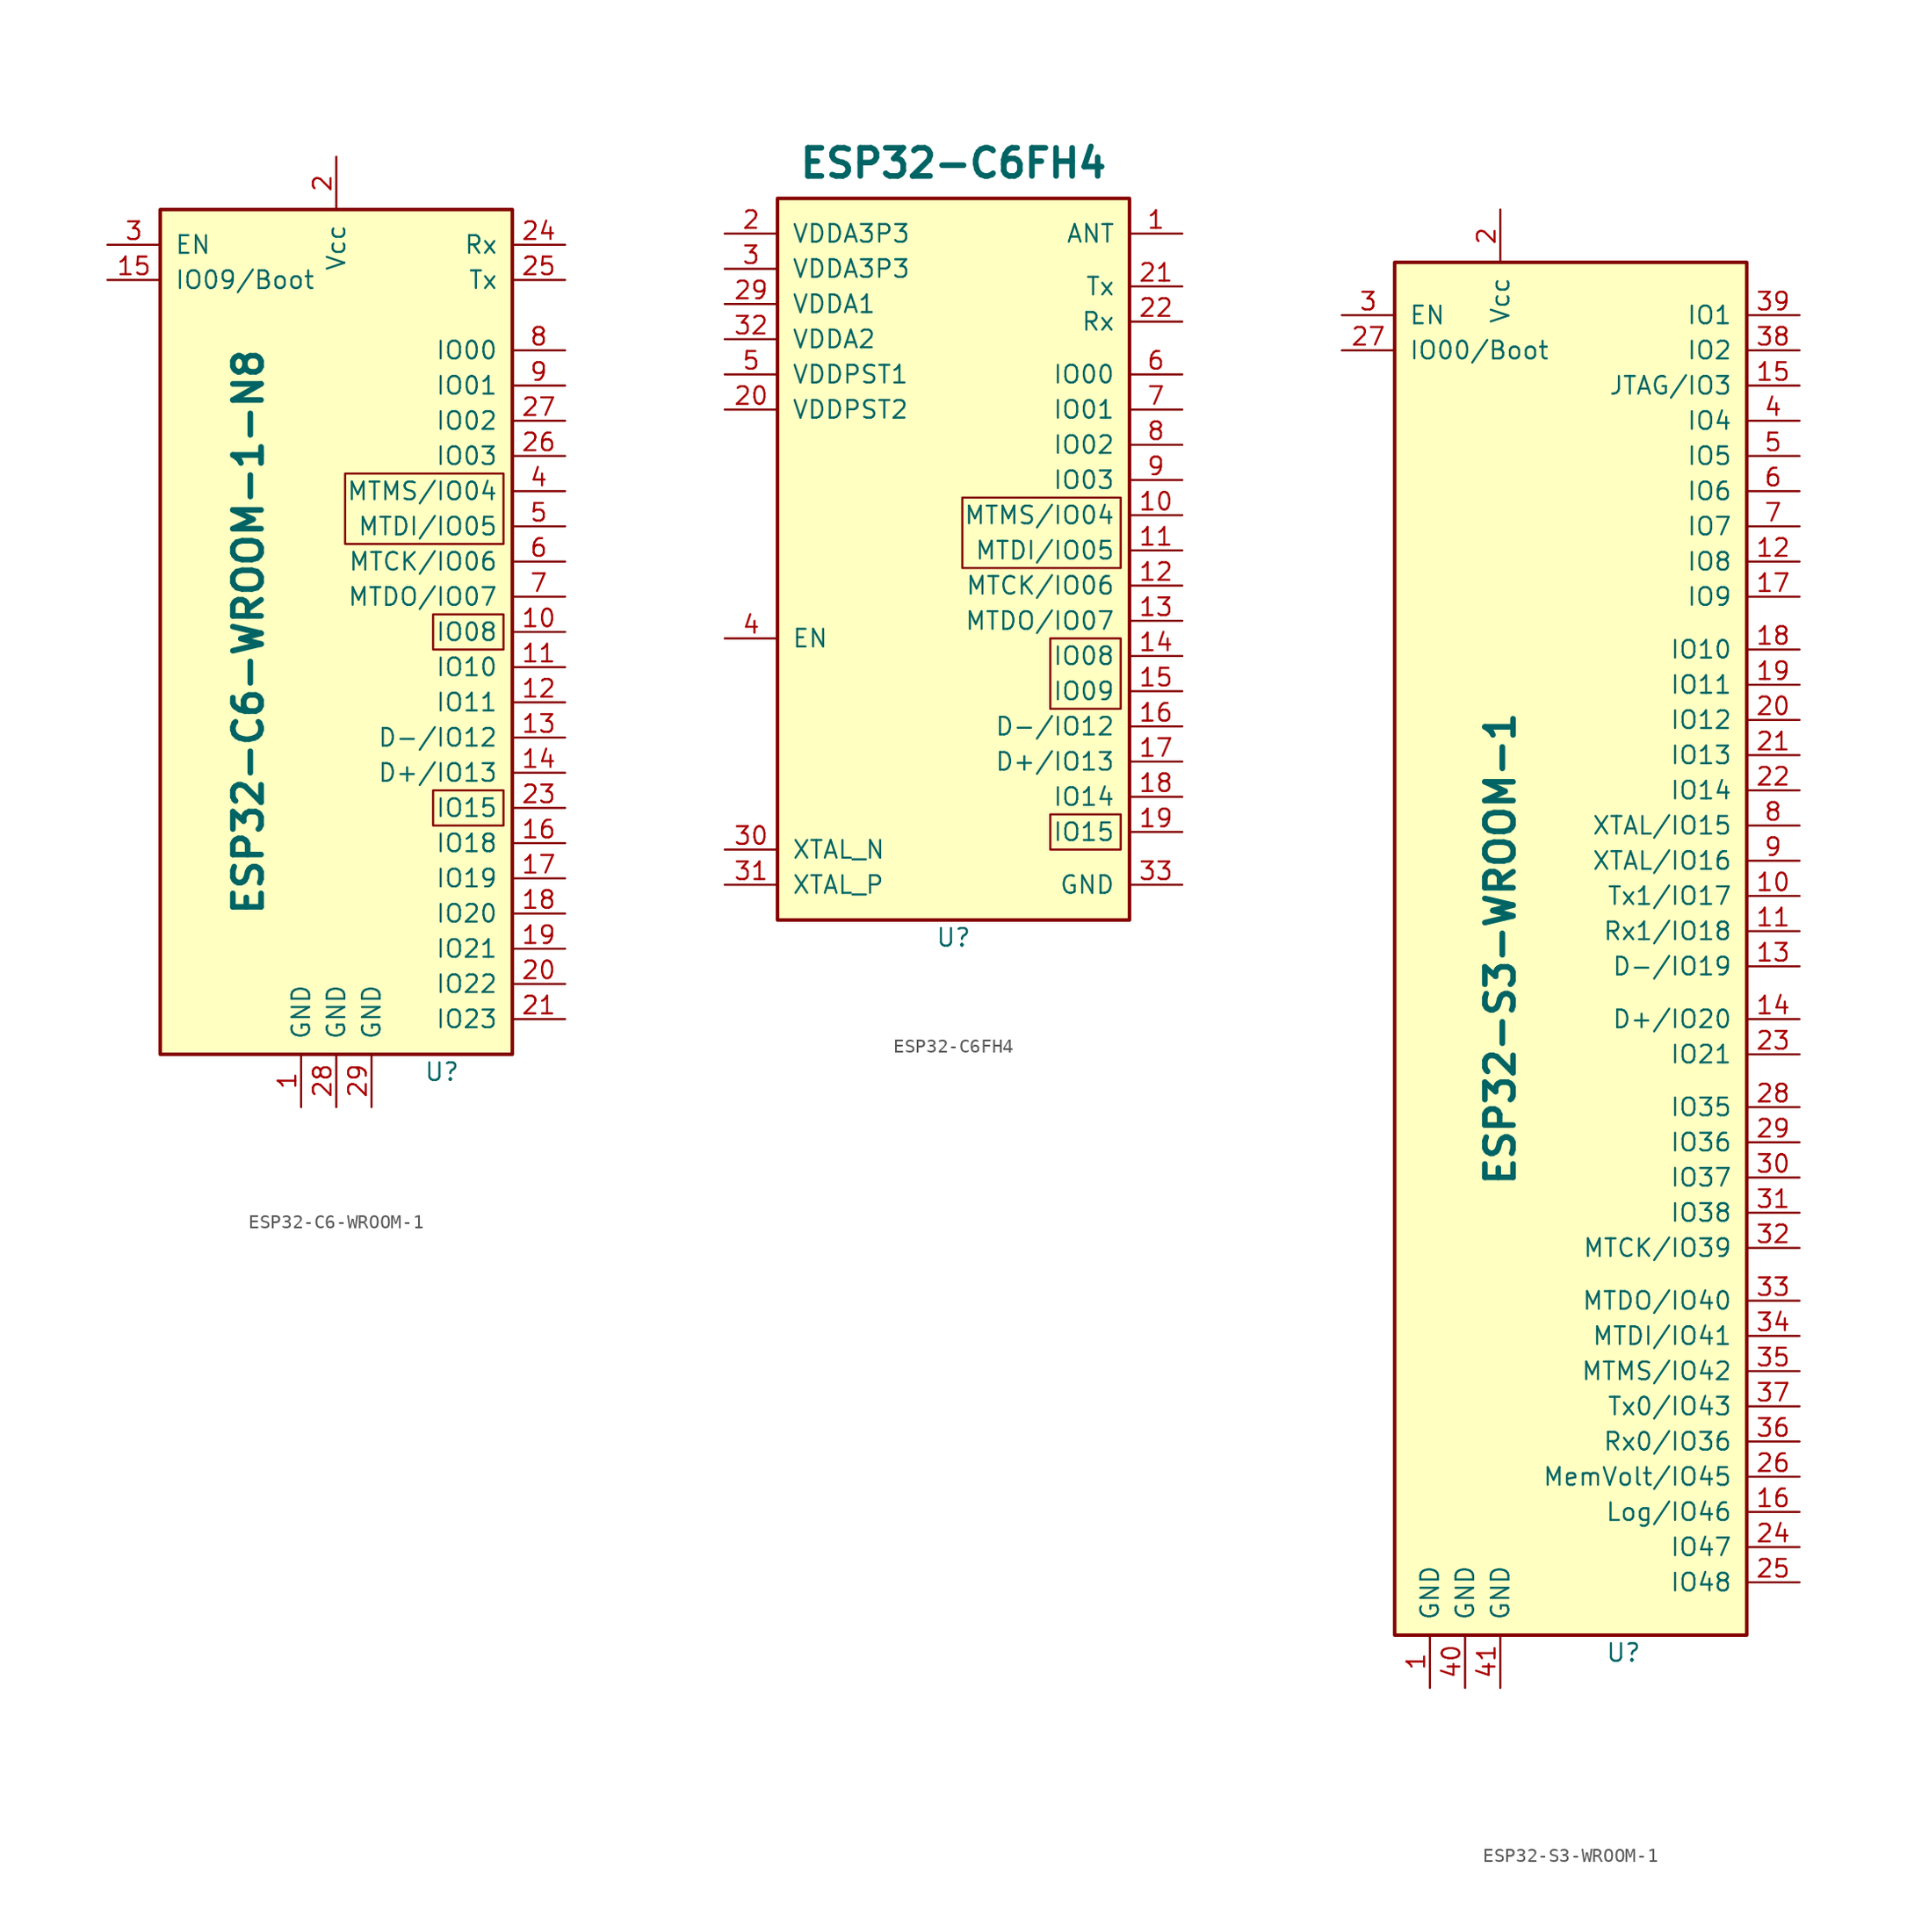
<source format=kicad_sym>
(kicad_symbol_lib
  (version 20231120)
  (generator "kicad_symbol_editor")
  (generator_version "8.0")
  (symbol "ESP32-C6-WROOM-1"
    (pin_names
      (offset 1.016))
    (property "Reference" "U"
      (at 7.62 -31.75 0)
      (effects (font (size 1.27 1.27))))
    (property "Value" "ESP32-C6-WROOM-1-N8"
      (at -6.35 0 90)
      (effects (font (size 2.032 2.032) (bold yes))))
    (symbol "ESP32-C6-WROOM-1_0_1"
      (rectangle (start -12.7 30.48) (end 12.7 -30.48) (stroke (width 0.254) (type default)) (fill (type background)))
      (rectangle (start 0.635 11.43) (end 12.065 6.35) (stroke (width 0) (type default)) (fill (type none)))
      (rectangle (start 6.985 -11.43) (end 12.065 -13.97) (stroke (width 0) (type default)) (fill (type none)))
      (rectangle (start 6.985 1.27) (end 12.065 -1.27) (stroke (width 0) (type default)) (fill (type none))))
    (symbol "ESP32-C6-WROOM-1_1_1"
      (pin passive line (at -2.54 -34.29 90) (length 3.81) (name "GND" (effects (font (size 1.27 1.27)))) (number "1" (effects (font (size 1.27 1.27)))))
      (pin passive line (at 16.51 0 180) (length 3.81) (name "IO08" (effects (font (size 1.27 1.27)))) (number "10" (effects (font (size 1.27 1.27)))))
      (pin passive line (at 16.51 -2.54 180) (length 3.81) (name "IO10" (effects (font (size 1.27 1.27)))) (number "11" (effects (font (size 1.27 1.27)))))
      (pin passive line (at 16.51 -5.08 180) (length 3.81) (name "IO11" (effects (font (size 1.27 1.27)))) (number "12" (effects (font (size 1.27 1.27)))))
      (pin passive line (at 16.51 -7.62 180) (length 3.81) (name "D-/IO12" (effects (font (size 1.27 1.27)))) (number "13" (effects (font (size 1.27 1.27)))))
      (pin passive line (at 16.51 -10.16 180) (length 3.81) (name "D+/IO13" (effects (font (size 1.27 1.27)))) (number "14" (effects (font (size 1.27 1.27)))))
      (pin passive line (at -16.51 25.4 0) (length 3.81) (name "IO09/Boot" (effects (font (size 1.27 1.27)))) (number "15" (effects (font (size 1.27 1.27)))))
      (pin passive line (at 16.51 -15.24 180) (length 3.81) (name "IO18" (effects (font (size 1.27 1.27)))) (number "16" (effects (font (size 1.27 1.27)))))
      (pin passive line (at 16.51 -17.78 180) (length 3.81) (name "IO19" (effects (font (size 1.27 1.27)))) (number "17" (effects (font (size 1.27 1.27)))))
      (pin passive line (at 16.51 -20.32 180) (length 3.81) (name "IO20" (effects (font (size 1.27 1.27)))) (number "18" (effects (font (size 1.27 1.27)))))
      (pin passive line (at 16.51 -22.86 180) (length 3.81) (name "IO21" (effects (font (size 1.27 1.27)))) (number "19" (effects (font (size 1.27 1.27)))))
      (pin passive line (at 0 34.29 270) (length 3.81) (name "Vcc" (effects (font (size 1.27 1.27)))) (number "2" (effects (font (size 1.27 1.27)))))
      (pin passive line (at 16.51 -25.4 180) (length 3.81) (name "IO22" (effects (font (size 1.27 1.27)))) (number "20" (effects (font (size 1.27 1.27)))))
      (pin passive line (at 16.51 -27.94 180) (length 3.81) (name "IO23" (effects (font (size 1.27 1.27)))) (number "21" (effects (font (size 1.27 1.27)))))
      (pin no_connect line (at -12.7 -26.67 0) (length 3.81) hide (name "NC" (effects (font (size 1.27 1.27)))) (number "22" (effects (font (size 1.27 1.27)))))
      (pin passive line (at 16.51 -12.7 180) (length 3.81) (name "IO15" (effects (font (size 1.27 1.27)))) (number "23" (effects (font (size 1.27 1.27)))))
      (pin passive line (at 16.51 27.94 180) (length 3.81) (name "Rx" (effects (font (size 1.27 1.27)))) (number "24" (effects (font (size 1.27 1.27)))))
      (pin passive line (at 16.51 25.4 180) (length 3.81) (name "Tx" (effects (font (size 1.27 1.27)))) (number "25" (effects (font (size 1.27 1.27)))))
      (pin passive line (at 16.51 12.7 180) (length 3.81) (name "IO03" (effects (font (size 1.27 1.27)))) (number "26" (effects (font (size 1.27 1.27)))))
      (pin passive line (at 16.51 15.24 180) (length 3.81) (name "IO02" (effects (font (size 1.27 1.27)))) (number "27" (effects (font (size 1.27 1.27)))))
      (pin passive line (at 0 -34.29 90) (length 3.81) (name "GND" (effects (font (size 1.27 1.27)))) (number "28" (effects (font (size 1.27 1.27)))))
      (pin passive line (at 2.54 -34.29 90) (length 3.81) (name "GND" (effects (font (size 1.27 1.27)))) (number "29" (effects (font (size 1.27 1.27)))))
      (pin passive line (at -16.51 27.94 0) (length 3.81) (name "EN" (effects (font (size 1.27 1.27)))) (number "3" (effects (font (size 1.27 1.27)))))
      (pin passive line (at 16.51 10.16 180) (length 3.81) (name "MTMS/IO04" (effects (font (size 1.27 1.27)))) (number "4" (effects (font (size 1.27 1.27)))))
      (pin passive line (at 16.51 7.62 180) (length 3.81) (name "MTDI/IO05" (effects (font (size 1.27 1.27)))) (number "5" (effects (font (size 1.27 1.27)))))
      (pin passive line (at 16.51 5.08 180) (length 3.81) (name "MTCK/IO06" (effects (font (size 1.27 1.27)))) (number "6" (effects (font (size 1.27 1.27)))))
      (pin passive line (at 16.51 2.54 180) (length 3.81) (name "MTDO/IO07" (effects (font (size 1.27 1.27)))) (number "7" (effects (font (size 1.27 1.27)))))
      (pin passive line (at 16.51 20.32 180) (length 3.81) (name "IO00" (effects (font (size 1.27 1.27)))) (number "8" (effects (font (size 1.27 1.27)))))
      (pin passive line (at 16.51 17.78 180) (length 3.81) (name "IO01" (effects (font (size 1.27 1.27)))) (number "9" (effects (font (size 1.27 1.27)))))))
  (symbol "ESP32-C6FH4"
    (pin_names
      (offset 1.016))
    (property "Reference" "U"
      (at 0 -27.94 0)
      (effects (font (size 1.27 1.27))))
    (property "Value" "ESP32-C6FH4"
      (at 0 27.94 0)
      (effects (font (size 2.032 2.032) (bold yes))))
    (symbol "ESP32-C6FH4_0_1"
      (rectangle (start -12.7 25.4) (end 12.7 -26.67) (stroke (width 0.254) (type default)) (fill (type background)))
      (rectangle (start 0.635 3.81) (end 12.065 -1.27) (stroke (width 0) (type default)) (fill (type none)))
      (rectangle (start 6.985 -19.05) (end 12.065 -21.59) (stroke (width 0) (type default)) (fill (type none)))
      (rectangle (start 6.985 -6.35) (end 12.065 -11.43) (stroke (width 0) (type default)) (fill (type none))))
    (symbol "ESP32-C6FH4_1_1"
      (pin passive line (at 16.51 22.86 180) (length 3.81) (name "ANT" (effects (font (size 1.27 1.27)))) (number "1" (effects (font (size 1.27 1.27)))))
      (pin passive line (at 16.51 2.54 180) (length 3.81) (name "MTMS/IO04" (effects (font (size 1.27 1.27)))) (number "10" (effects (font (size 1.27 1.27)))))
      (pin passive line (at 16.51 0 180) (length 3.81) (name "MTDI/IO05" (effects (font (size 1.27 1.27)))) (number "11" (effects (font (size 1.27 1.27)))))
      (pin passive line (at 16.51 -2.54 180) (length 3.81) (name "MTCK/IO06" (effects (font (size 1.27 1.27)))) (number "12" (effects (font (size 1.27 1.27)))))
      (pin passive line (at 16.51 -5.08 180) (length 3.81) (name "MTDO/IO07" (effects (font (size 1.27 1.27)))) (number "13" (effects (font (size 1.27 1.27)))))
      (pin passive line (at 16.51 -7.62 180) (length 3.81) (name "IO08" (effects (font (size 1.27 1.27)))) (number "14" (effects (font (size 1.27 1.27)))))
      (pin passive line (at 16.51 -10.16 180) (length 3.81) (name "IO09" (effects (font (size 1.27 1.27)))) (number "15" (effects (font (size 1.27 1.27)))))
      (pin passive line (at 16.51 -12.7 180) (length 3.81) (name "D-/IO12" (effects (font (size 1.27 1.27)))) (number "16" (effects (font (size 1.27 1.27)))))
      (pin passive line (at 16.51 -15.24 180) (length 3.81) (name "D+/IO13" (effects (font (size 1.27 1.27)))) (number "17" (effects (font (size 1.27 1.27)))))
      (pin passive line (at 16.51 -17.78 180) (length 3.81) (name "IO14" (effects (font (size 1.27 1.27)))) (number "18" (effects (font (size 1.27 1.27)))))
      (pin passive line (at 16.51 -20.32 180) (length 3.81) (name "IO15" (effects (font (size 1.27 1.27)))) (number "19" (effects (font (size 1.27 1.27)))))
      (pin passive line (at -16.51 22.86 0) (length 3.81) (name "VDDA3P3" (effects (font (size 1.27 1.27)))) (number "2" (effects (font (size 1.27 1.27)))))
      (pin passive line (at -16.51 10.16 0) (length 3.81) (name "VDDPST2" (effects (font (size 1.27 1.27)))) (number "20" (effects (font (size 1.27 1.27)))))
      (pin passive line (at 16.51 19.05 180) (length 3.81) (name "Tx" (effects (font (size 1.27 1.27)))) (number "21" (effects (font (size 1.27 1.27)))))
      (pin passive line (at 16.51 16.51 180) (length 3.81) (name "Rx" (effects (font (size 1.27 1.27)))) (number "22" (effects (font (size 1.27 1.27)))))
      (pin no_connect line (at -12.7 0 0) (length 3.81) hide (name "SDIO_CMD" (effects (font (size 1.27 1.27)))) (number "23" (effects (font (size 1.27 1.27)))))
      (pin no_connect line (at -12.7 -2.54 0) (length 3.81) hide (name "SDIO_CLK" (effects (font (size 1.27 1.27)))) (number "24" (effects (font (size 1.27 1.27)))))
      (pin no_connect line (at -12.7 -8.89 0) (length 3.81) hide (name "SDIO_DATA0" (effects (font (size 1.27 1.27)))) (number "25" (effects (font (size 1.27 1.27)))))
      (pin no_connect line (at -12.7 -11.43 0) (length 3.81) hide (name "SDIO_DATA1" (effects (font (size 1.27 1.27)))) (number "26" (effects (font (size 1.27 1.27)))))
      (pin no_connect line (at -12.7 -13.97 0) (length 3.81) hide (name "SDIO_DATA2" (effects (font (size 1.27 1.27)))) (number "27" (effects (font (size 1.27 1.27)))))
      (pin no_connect line (at -12.7 -16.51 0) (length 3.81) hide (name "SDIO_DATA3" (effects (font (size 1.27 1.27)))) (number "28" (effects (font (size 1.27 1.27)))))
      (pin passive line (at -16.51 17.78 0) (length 3.81) (name "VDDA1" (effects (font (size 1.27 1.27)))) (number "29" (effects (font (size 1.27 1.27)))))
      (pin passive line (at -16.51 20.32 0) (length 3.81) (name "VDDA3P3" (effects (font (size 1.27 1.27)))) (number "3" (effects (font (size 1.27 1.27)))))
      (pin passive line (at -16.51 -21.59 0) (length 3.81) (name "XTAL_N" (effects (font (size 1.27 1.27)))) (number "30" (effects (font (size 1.27 1.27)))))
      (pin passive line (at -16.51 -24.13 0) (length 3.81) (name "XTAL_P" (effects (font (size 1.27 1.27)))) (number "31" (effects (font (size 1.27 1.27)))))
      (pin passive line (at -16.51 15.24 0) (length 3.81) (name "VDDA2" (effects (font (size 1.27 1.27)))) (number "32" (effects (font (size 1.27 1.27)))))
      (pin passive line (at 16.51 -24.13 180) (length 3.81) (name "GND" (effects (font (size 1.27 1.27)))) (number "33" (effects (font (size 1.27 1.27)))))
      (pin passive line (at -16.51 -6.35 0) (length 3.81) (name "EN" (effects (font (size 1.27 1.27)))) (number "4" (effects (font (size 1.27 1.27)))))
      (pin passive line (at -16.51 12.7 0) (length 3.81) (name "VDDPST1" (effects (font (size 1.27 1.27)))) (number "5" (effects (font (size 1.27 1.27)))))
      (pin passive line (at 16.51 12.7 180) (length 3.81) (name "IO00" (effects (font (size 1.27 1.27)))) (number "6" (effects (font (size 1.27 1.27)))))
      (pin passive line (at 16.51 10.16 180) (length 3.81) (name "IO01" (effects (font (size 1.27 1.27)))) (number "7" (effects (font (size 1.27 1.27)))))
      (pin passive line (at 16.51 7.62 180) (length 3.81) (name "IO02" (effects (font (size 1.27 1.27)))) (number "8" (effects (font (size 1.27 1.27)))))
      (pin passive line (at 16.51 5.08 180) (length 3.81) (name "IO03" (effects (font (size 1.27 1.27)))) (number "9" (effects (font (size 1.27 1.27)))))))
  (symbol "ESP32-S3-WROOM-1"
    (pin_names
      (offset 1.016))
    (property "Reference" "U"
      (at 8.89 -50.8 0)
      (effects (font (size 1.27 1.27))))
    (property "Value" "ESP32-S3-WROOM-1"
      (at 0 0 90)
      (effects (font (size 2.032 2.032) (bold yes))))
    (symbol "ESP32-S3-WROOM-1_0_1"
      (rectangle (start -7.62 49.53) (end 17.78 -49.53) (stroke (width 0.254) (type default)) (fill (type background))))
    (symbol "ESP32-S3-WROOM-1_1_1"
      (pin passive line (at -5.08 -53.34 90) (length 3.81) (name "GND" (effects (font (size 1.27 1.27)))) (number "1" (effects (font (size 1.27 1.27)))))
      (pin passive line (at 21.59 3.81 180) (length 3.81) (name "Tx1/IO17" (effects (font (size 1.27 1.27)))) (number "10" (effects (font (size 1.27 1.27)))))
      (pin passive line (at 21.59 1.27 180) (length 3.81) (name "Rx1/IO18" (effects (font (size 1.27 1.27)))) (number "11" (effects (font (size 1.27 1.27)))))
      (pin passive line (at 21.59 27.94 180) (length 3.81) (name "IO8" (effects (font (size 1.27 1.27)))) (number "12" (effects (font (size 1.27 1.27)))))
      (pin passive line (at 21.59 -1.27 180) (length 3.81) (name "D-/IO19" (effects (font (size 1.27 1.27)))) (number "13" (effects (font (size 1.27 1.27)))))
      (pin passive line (at 21.59 -5.08 180) (length 3.81) (name "D+/IO20" (effects (font (size 1.27 1.27)))) (number "14" (effects (font (size 1.27 1.27)))))
      (pin passive line (at 21.59 40.64 180) (length 3.81) (name "JTAG/IO3" (effects (font (size 1.27 1.27)))) (number "15" (effects (font (size 1.27 1.27)))))
      (pin passive line (at 21.59 -40.64 180) (length 3.81) (name "Log/IO46" (effects (font (size 1.27 1.27)))) (number "16" (effects (font (size 1.27 1.27)))))
      (pin passive line (at 21.59 25.4 180) (length 3.81) (name "IO9" (effects (font (size 1.27 1.27)))) (number "17" (effects (font (size 1.27 1.27)))))
      (pin passive line (at 21.59 21.59 180) (length 3.81) (name "IO10" (effects (font (size 1.27 1.27)))) (number "18" (effects (font (size 1.27 1.27)))))
      (pin passive line (at 21.59 19.05 180) (length 3.81) (name "IO11" (effects (font (size 1.27 1.27)))) (number "19" (effects (font (size 1.27 1.27)))))
      (pin passive line (at 0 53.34 270) (length 3.81) (name "Vcc" (effects (font (size 1.27 1.27)))) (number "2" (effects (font (size 1.27 1.27)))))
      (pin passive line (at 21.59 16.51 180) (length 3.81) (name "IO12" (effects (font (size 1.27 1.27)))) (number "20" (effects (font (size 1.27 1.27)))))
      (pin passive line (at 21.59 13.97 180) (length 3.81) (name "IO13" (effects (font (size 1.27 1.27)))) (number "21" (effects (font (size 1.27 1.27)))))
      (pin passive line (at 21.59 11.43 180) (length 3.81) (name "IO14" (effects (font (size 1.27 1.27)))) (number "22" (effects (font (size 1.27 1.27)))))
      (pin passive line (at 21.59 -7.62 180) (length 3.81) (name "IO21" (effects (font (size 1.27 1.27)))) (number "23" (effects (font (size 1.27 1.27)))))
      (pin passive line (at 21.59 -43.18 180) (length 3.81) (name "IO47" (effects (font (size 1.27 1.27)))) (number "24" (effects (font (size 1.27 1.27)))))
      (pin passive line (at 21.59 -45.72 180) (length 3.81) (name "IO48" (effects (font (size 1.27 1.27)))) (number "25" (effects (font (size 1.27 1.27)))))
      (pin passive line (at 21.59 -38.1 180) (length 3.81) (name "MemVolt/IO45" (effects (font (size 1.27 1.27)))) (number "26" (effects (font (size 1.27 1.27)))))
      (pin passive line (at -11.43 43.18 0) (length 3.81) (name "IO00/Boot" (effects (font (size 1.27 1.27)))) (number "27" (effects (font (size 1.27 1.27)))))
      (pin passive line (at 21.59 -11.43 180) (length 3.81) (name "IO35" (effects (font (size 1.27 1.27)))) (number "28" (effects (font (size 1.27 1.27)))))
      (pin passive line (at 21.59 -13.97 180) (length 3.81) (name "IO36" (effects (font (size 1.27 1.27)))) (number "29" (effects (font (size 1.27 1.27)))))
      (pin passive line (at -11.43 45.72 0) (length 3.81) (name "EN" (effects (font (size 1.27 1.27)))) (number "3" (effects (font (size 1.27 1.27)))))
      (pin passive line (at 21.59 -16.51 180) (length 3.81) (name "IO37" (effects (font (size 1.27 1.27)))) (number "30" (effects (font (size 1.27 1.27)))))
      (pin passive line (at 21.59 -19.05 180) (length 3.81) (name "IO38" (effects (font (size 1.27 1.27)))) (number "31" (effects (font (size 1.27 1.27)))))
      (pin passive line (at 21.59 -21.59 180) (length 3.81) (name "MTCK/IO39" (effects (font (size 1.27 1.27)))) (number "32" (effects (font (size 1.27 1.27)))))
      (pin passive line (at 21.59 -25.4 180) (length 3.81) (name "MTDO/IO40" (effects (font (size 1.27 1.27)))) (number "33" (effects (font (size 1.27 1.27)))))
      (pin passive line (at 21.59 -27.94 180) (length 3.81) (name "MTDI/IO41" (effects (font (size 1.27 1.27)))) (number "34" (effects (font (size 1.27 1.27)))))
      (pin passive line (at 21.59 -30.48 180) (length 3.81) (name "MTMS/IO42" (effects (font (size 1.27 1.27)))) (number "35" (effects (font (size 1.27 1.27)))))
      (pin passive line (at 21.59 -35.56 180) (length 3.81) (name "Rx0/IO36" (effects (font (size 1.27 1.27)))) (number "36" (effects (font (size 1.27 1.27)))))
      (pin passive line (at 21.59 -33.02 180) (length 3.81) (name "Tx0/IO43" (effects (font (size 1.27 1.27)))) (number "37" (effects (font (size 1.27 1.27)))))
      (pin passive line (at 21.59 43.18 180) (length 3.81) (name "IO2" (effects (font (size 1.27 1.27)))) (number "38" (effects (font (size 1.27 1.27)))))
      (pin passive line (at 21.59 45.72 180) (length 3.81) (name "IO1" (effects (font (size 1.27 1.27)))) (number "39" (effects (font (size 1.27 1.27)))))
      (pin passive line (at 21.59 38.1 180) (length 3.81) (name "IO4" (effects (font (size 1.27 1.27)))) (number "4" (effects (font (size 1.27 1.27)))))
      (pin passive line (at -2.54 -53.34 90) (length 3.81) (name "GND" (effects (font (size 1.27 1.27)))) (number "40" (effects (font (size 1.27 1.27)))))
      (pin passive line (at 0 -53.34 90) (length 3.81) (name "GND" (effects (font (size 1.27 1.27)))) (number "41" (effects (font (size 1.27 1.27)))))
      (pin passive line (at 21.59 35.56 180) (length 3.81) (name "IO5" (effects (font (size 1.27 1.27)))) (number "5" (effects (font (size 1.27 1.27)))))
      (pin passive line (at 21.59 33.02 180) (length 3.81) (name "IO6" (effects (font (size 1.27 1.27)))) (number "6" (effects (font (size 1.27 1.27)))))
      (pin passive line (at 21.59 30.48 180) (length 3.81) (name "IO7" (effects (font (size 1.27 1.27)))) (number "7" (effects (font (size 1.27 1.27)))))
      (pin passive line (at 21.59 8.89 180) (length 3.81) (name "XTAL/IO15" (effects (font (size 1.27 1.27)))) (number "8" (effects (font (size 1.27 1.27)))))
      (pin passive line (at 21.59 6.35 180) (length 3.81) (name "XTAL/IO16" (effects (font (size 1.27 1.27)))) (number "9" (effects (font (size 1.27 1.27))))))))
</source>
